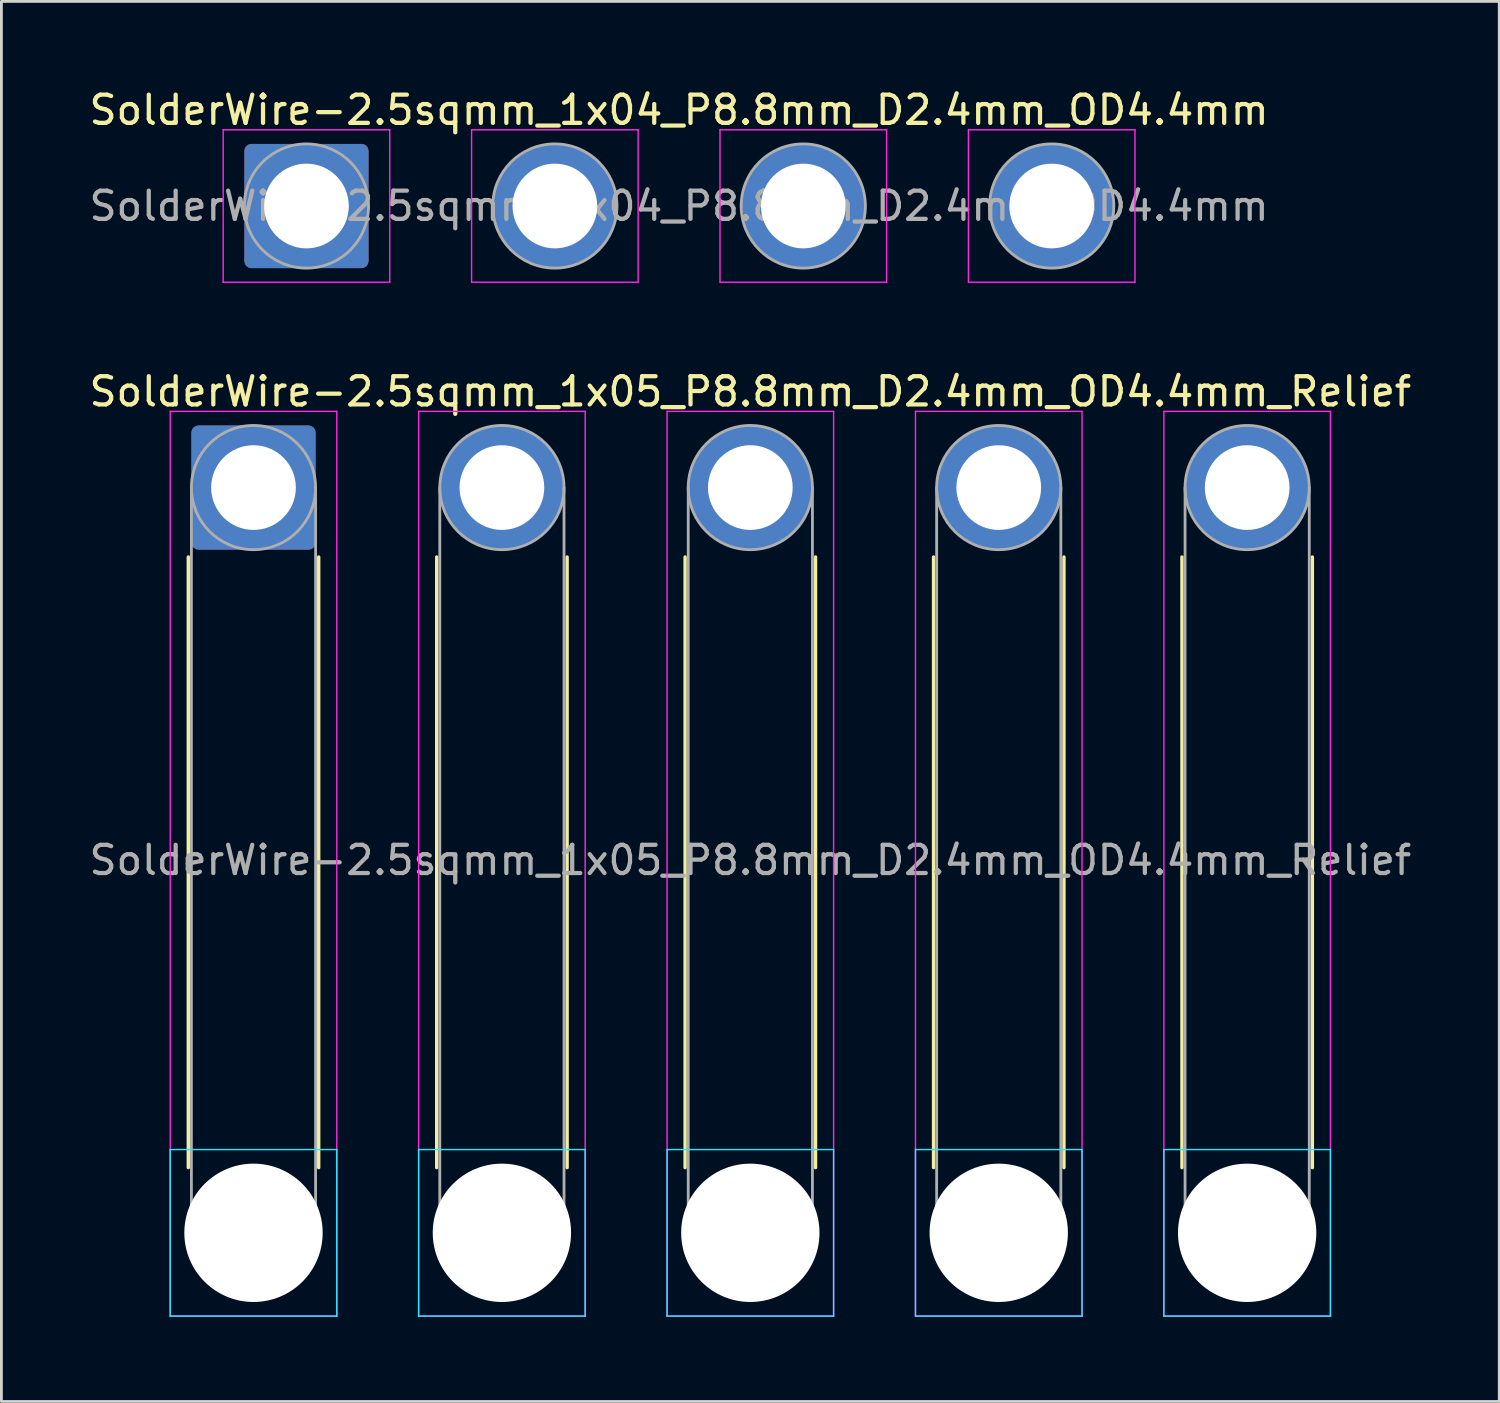
<source format=kicad_pcb>
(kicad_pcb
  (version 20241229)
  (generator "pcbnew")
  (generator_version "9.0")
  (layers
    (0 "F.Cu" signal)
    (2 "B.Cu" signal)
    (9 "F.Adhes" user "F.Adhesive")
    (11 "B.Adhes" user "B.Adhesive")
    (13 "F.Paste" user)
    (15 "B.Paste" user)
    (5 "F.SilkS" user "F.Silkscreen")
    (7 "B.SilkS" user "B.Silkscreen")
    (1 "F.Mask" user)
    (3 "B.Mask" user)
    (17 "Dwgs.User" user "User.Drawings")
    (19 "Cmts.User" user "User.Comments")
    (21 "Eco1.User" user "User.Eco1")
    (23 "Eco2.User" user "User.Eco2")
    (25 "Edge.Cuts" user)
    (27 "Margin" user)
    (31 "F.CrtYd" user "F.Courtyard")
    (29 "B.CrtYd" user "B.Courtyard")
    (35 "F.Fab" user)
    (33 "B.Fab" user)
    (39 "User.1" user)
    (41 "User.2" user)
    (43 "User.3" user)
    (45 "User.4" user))
  (footprint "SolderWire-2.5sqmm_1x04_P8.8mm_D2.4mm_OD4.4mm"
    (layer "F.Cu")
    (at 7.806 4.248)
    (property "Reference" "SolderWire-2.5sqmm_1x04_P8.8mm_D2.4mm_OD4.4mm" (at 13.2 -3.4 0) (layer "F.SilkS") (effects (font (size 1 1) (thickness 0.15))))
    (attr exclude_from_pos_files exclude_from_bom)
    (fp_line (start -2.95 -2.7) (end -2.95 2.7) (stroke (width 0.05) (type solid)) (layer "F.CrtYd"))
    (fp_line (start -2.95 2.7) (end 2.95 2.7) (stroke (width 0.05) (type solid)) (layer "F.CrtYd"))
    (fp_line (start 2.95 -2.7) (end -2.95 -2.7) (stroke (width 0.05) (type solid)) (layer "F.CrtYd"))
    (fp_line (start 2.95 2.7) (end 2.95 -2.7) (stroke (width 0.05) (type solid)) (layer "F.CrtYd"))
    (fp_line (start 5.85 -2.7) (end 5.85 2.7) (stroke (width 0.05) (type solid)) (layer "F.CrtYd"))
    (fp_line (start 5.85 2.7) (end 11.75 2.7) (stroke (width 0.05) (type solid)) (layer "F.CrtYd"))
    (fp_line (start 11.75 -2.7) (end 5.85 -2.7) (stroke (width 0.05) (type solid)) (layer "F.CrtYd"))
    (fp_line (start 11.75 2.7) (end 11.75 -2.7) (stroke (width 0.05) (type solid)) (layer "F.CrtYd"))
    (fp_line (start 14.65 -2.7) (end 14.65 2.7) (stroke (width 0.05) (type solid)) (layer "F.CrtYd"))
    (fp_line (start 14.65 2.7) (end 20.55 2.7) (stroke (width 0.05) (type solid)) (layer "F.CrtYd"))
    (fp_line (start 20.55 -2.7) (end 14.65 -2.7) (stroke (width 0.05) (type solid)) (layer "F.CrtYd"))
    (fp_line (start 20.55 2.7) (end 20.55 -2.7) (stroke (width 0.05) (type solid)) (layer "F.CrtYd"))
    (fp_line (start 23.45 -2.7) (end 23.45 2.7) (stroke (width 0.05) (type solid)) (layer "F.CrtYd"))
    (fp_line (start 23.45 2.7) (end 29.35 2.7) (stroke (width 0.05) (type solid)) (layer "F.CrtYd"))
    (fp_line (start 29.35 -2.7) (end 23.45 -2.7) (stroke (width 0.05) (type solid)) (layer "F.CrtYd"))
    (fp_line (start 29.35 2.7) (end 29.35 -2.7) (stroke (width 0.05) (type solid)) (layer "F.CrtYd"))
    (fp_circle (center 0 0) (end 2.2 0) (stroke (width 0.1) (type solid)) (fill no) (layer "F.Fab"))
    (fp_circle (center 8.8 0) (end 11 0) (stroke (width 0.1) (type solid)) (fill no) (layer "F.Fab"))
    (fp_circle (center 17.6 0) (end 19.8 0) (stroke (width 0.1) (type solid)) (fill no) (layer "F.Fab"))
    (fp_circle (center 26.4 0) (end 28.6 0) (stroke (width 0.1) (type solid)) (fill no) (layer "F.Fab"))
    (fp_text user "${REFERENCE}" (at 13.2 0 0) (layer "F.Fab") (effects (font (size 1 1) (thickness 0.15))))
    (pad "1" thru_hole roundrect (at 0 0) (size 4.4 4.4) (drill 3) (layers "*.Cu" "*.Mask") (roundrect_rratio 0.057))
    (pad "2" thru_hole circle (at 8.8 0) (size 4.4 4.4) (drill 3) (layers "*.Cu" "*.Mask"))
    (pad "3" thru_hole circle (at 17.6 0) (size 4.4 4.4) (drill 3) (layers "*.Cu" "*.Mask"))
    (pad "4" thru_hole circle (at 26.4 0) (size 4.4 4.4) (drill 3) (layers "*.Cu" "*.Mask")))
  (footprint "SolderWire-2.5sqmm_1x05_P8.8mm_D2.4mm_OD4.4mm_Relief"
    (layer "F.Cu")
    (at 5.93 14.222)
    (property "Reference" "SolderWire-2.5sqmm_1x05_P8.8mm_D2.4mm_OD4.4mm_Relief" (at 17.6 -3.4 0) (layer "F.SilkS") (effects (font (size 1 1) (thickness 0.15))))
    (attr exclude_from_pos_files exclude_from_bom)
    (fp_line (start -2.31 2.46) (end -2.31 24.09) (stroke (width 0.12) (type solid)) (layer "F.SilkS"))
    (fp_line (start 2.31 2.46) (end 2.31 24.09) (stroke (width 0.12) (type solid)) (layer "F.SilkS"))
    (fp_line (start 6.49 2.46) (end 6.49 24.09) (stroke (width 0.12) (type solid)) (layer "F.SilkS"))
    (fp_line (start 11.11 2.46) (end 11.11 24.09) (stroke (width 0.12) (type solid)) (layer "F.SilkS"))
    (fp_line (start 15.29 2.46) (end 15.29 24.09) (stroke (width 0.12) (type solid)) (layer "F.SilkS"))
    (fp_line (start 19.91 2.46) (end 19.91 24.09) (stroke (width 0.12) (type solid)) (layer "F.SilkS"))
    (fp_line (start 24.09 2.46) (end 24.09 24.09) (stroke (width 0.12) (type solid)) (layer "F.SilkS"))
    (fp_line (start 28.71 2.46) (end 28.71 24.09) (stroke (width 0.12) (type solid)) (layer "F.SilkS"))
    (fp_line (start 32.89 2.46) (end 32.89 24.09) (stroke (width 0.12) (type solid)) (layer "F.SilkS"))
    (fp_line (start 37.51 2.46) (end 37.51 24.09) (stroke (width 0.12) (type solid)) (layer "F.SilkS"))
    (fp_line (start -2.95 23.45) (end -2.95 29.35) (stroke (width 0.05) (type solid)) (layer "B.CrtYd"))
    (fp_line (start -2.95 29.35) (end 2.95 29.35) (stroke (width 0.05) (type solid)) (layer "B.CrtYd"))
    (fp_line (start 2.95 23.45) (end -2.95 23.45) (stroke (width 0.05) (type solid)) (layer "B.CrtYd"))
    (fp_line (start 2.95 29.35) (end 2.95 23.45) (stroke (width 0.05) (type solid)) (layer "B.CrtYd"))
    (fp_line (start 5.85 23.45) (end 5.85 29.35) (stroke (width 0.05) (type solid)) (layer "B.CrtYd"))
    (fp_line (start 5.85 29.35) (end 11.75 29.35) (stroke (width 0.05) (type solid)) (layer "B.CrtYd"))
    (fp_line (start 11.75 23.45) (end 5.85 23.45) (stroke (width 0.05) (type solid)) (layer "B.CrtYd"))
    (fp_line (start 11.75 29.35) (end 11.75 23.45) (stroke (width 0.05) (type solid)) (layer "B.CrtYd"))
    (fp_line (start 14.65 23.45) (end 14.65 29.35) (stroke (width 0.05) (type solid)) (layer "B.CrtYd"))
    (fp_line (start 14.65 29.35) (end 20.55 29.35) (stroke (width 0.05) (type solid)) (layer "B.CrtYd"))
    (fp_line (start 20.55 23.45) (end 14.65 23.45) (stroke (width 0.05) (type solid)) (layer "B.CrtYd"))
    (fp_line (start 20.55 29.35) (end 20.55 23.45) (stroke (width 0.05) (type solid)) (layer "B.CrtYd"))
    (fp_line (start 23.45 23.45) (end 23.45 29.35) (stroke (width 0.05) (type solid)) (layer "B.CrtYd"))
    (fp_line (start 23.45 29.35) (end 29.35 29.35) (stroke (width 0.05) (type solid)) (layer "B.CrtYd"))
    (fp_line (start 29.35 23.45) (end 23.45 23.45) (stroke (width 0.05) (type solid)) (layer "B.CrtYd"))
    (fp_line (start 29.35 29.35) (end 29.35 23.45) (stroke (width 0.05) (type solid)) (layer "B.CrtYd"))
    (fp_line (start 32.25 23.45) (end 32.25 29.35) (stroke (width 0.05) (type solid)) (layer "B.CrtYd"))
    (fp_line (start 32.25 29.35) (end 38.15 29.35) (stroke (width 0.05) (type solid)) (layer "B.CrtYd"))
    (fp_line (start 38.15 23.45) (end 32.25 23.45) (stroke (width 0.05) (type solid)) (layer "B.CrtYd"))
    (fp_line (start 38.15 29.35) (end 38.15 23.45) (stroke (width 0.05) (type solid)) (layer "B.CrtYd"))
    (fp_line (start -2.95 -2.7) (end -2.95 29.35) (stroke (width 0.05) (type solid)) (layer "F.CrtYd"))
    (fp_line (start -2.95 29.35) (end 2.95 29.35) (stroke (width 0.05) (type solid)) (layer "F.CrtYd"))
    (fp_line (start 2.95 -2.7) (end -2.95 -2.7) (stroke (width 0.05) (type solid)) (layer "F.CrtYd"))
    (fp_line (start 2.95 29.35) (end 2.95 -2.7) (stroke (width 0.05) (type solid)) (layer "F.CrtYd"))
    (fp_line (start 5.85 -2.7) (end 5.85 29.35) (stroke (width 0.05) (type solid)) (layer "F.CrtYd"))
    (fp_line (start 5.85 29.35) (end 11.75 29.35) (stroke (width 0.05) (type solid)) (layer "F.CrtYd"))
    (fp_line (start 11.75 -2.7) (end 5.85 -2.7) (stroke (width 0.05) (type solid)) (layer "F.CrtYd"))
    (fp_line (start 11.75 29.35) (end 11.75 -2.7) (stroke (width 0.05) (type solid)) (layer "F.CrtYd"))
    (fp_line (start 14.65 -2.7) (end 14.65 29.35) (stroke (width 0.05) (type solid)) (layer "F.CrtYd"))
    (fp_line (start 14.65 29.35) (end 20.55 29.35) (stroke (width 0.05) (type solid)) (layer "F.CrtYd"))
    (fp_line (start 20.55 -2.7) (end 14.65 -2.7) (stroke (width 0.05) (type solid)) (layer "F.CrtYd"))
    (fp_line (start 20.55 29.35) (end 20.55 -2.7) (stroke (width 0.05) (type solid)) (layer "F.CrtYd"))
    (fp_line (start 23.45 -2.7) (end 23.45 29.35) (stroke (width 0.05) (type solid)) (layer "F.CrtYd"))
    (fp_line (start 23.45 29.35) (end 29.35 29.35) (stroke (width 0.05) (type solid)) (layer "F.CrtYd"))
    (fp_line (start 29.35 -2.7) (end 23.45 -2.7) (stroke (width 0.05) (type solid)) (layer "F.CrtYd"))
    (fp_line (start 29.35 29.35) (end 29.35 -2.7) (stroke (width 0.05) (type solid)) (layer "F.CrtYd"))
    (fp_line (start 32.25 -2.7) (end 32.25 29.35) (stroke (width 0.05) (type solid)) (layer "F.CrtYd"))
    (fp_line (start 32.25 29.35) (end 38.15 29.35) (stroke (width 0.05) (type solid)) (layer "F.CrtYd"))
    (fp_line (start 38.15 -2.7) (end 32.25 -2.7) (stroke (width 0.05) (type solid)) (layer "F.CrtYd"))
    (fp_line (start 38.15 29.35) (end 38.15 -2.7) (stroke (width 0.05) (type solid)) (layer "F.CrtYd"))
    (fp_line (start -2.2 0) (end -2.2 26.4) (stroke (width 0.1) (type solid)) (layer "F.Fab"))
    (fp_line (start 2.2 0) (end 2.2 26.4) (stroke (width 0.1) (type solid)) (layer "F.Fab"))
    (fp_line (start 6.6 0) (end 6.6 26.4) (stroke (width 0.1) (type solid)) (layer "F.Fab"))
    (fp_line (start 11 0) (end 11 26.4) (stroke (width 0.1) (type solid)) (layer "F.Fab"))
    (fp_line (start 15.4 0) (end 15.4 26.4) (stroke (width 0.1) (type solid)) (layer "F.Fab"))
    (fp_line (start 19.8 0) (end 19.8 26.4) (stroke (width 0.1) (type solid)) (layer "F.Fab"))
    (fp_line (start 24.2 0) (end 24.2 26.4) (stroke (width 0.1) (type solid)) (layer "F.Fab"))
    (fp_line (start 28.6 0) (end 28.6 26.4) (stroke (width 0.1) (type solid)) (layer "F.Fab"))
    (fp_line (start 33 0) (end 33 26.4) (stroke (width 0.1) (type solid)) (layer "F.Fab"))
    (fp_line (start 37.4 0) (end 37.4 26.4) (stroke (width 0.1) (type solid)) (layer "F.Fab"))
    (fp_circle (center 0 0) (end 2.2 0) (stroke (width 0.1) (type solid)) (fill no) (layer "F.Fab"))
    (fp_circle (center 0 26.4) (end 2.2 26.4) (stroke (width 0.1) (type solid)) (fill no) (layer "F.Fab"))
    (fp_circle (center 8.8 0) (end 11 0) (stroke (width 0.1) (type solid)) (fill no) (layer "F.Fab"))
    (fp_circle (center 8.8 26.4) (end 11 26.4) (stroke (width 0.1) (type solid)) (fill no) (layer "F.Fab"))
    (fp_circle (center 17.6 0) (end 19.8 0) (stroke (width 0.1) (type solid)) (fill no) (layer "F.Fab"))
    (fp_circle (center 17.6 26.4) (end 19.8 26.4) (stroke (width 0.1) (type solid)) (fill no) (layer "F.Fab"))
    (fp_circle (center 26.4 0) (end 28.6 0) (stroke (width 0.1) (type solid)) (fill no) (layer "F.Fab"))
    (fp_circle (center 26.4 26.4) (end 28.6 26.4) (stroke (width 0.1) (type solid)) (fill no) (layer "F.Fab"))
    (fp_circle (center 35.2 0) (end 37.4 0) (stroke (width 0.1) (type solid)) (fill no) (layer "F.Fab"))
    (fp_circle (center 35.2 26.4) (end 37.4 26.4) (stroke (width 0.1) (type solid)) (fill no) (layer "F.Fab"))
    (fp_text user "${REFERENCE}" (at 17.6 13.2 0) (layer "F.Fab") (effects (font (size 1 1) (thickness 0.15))))
    (pad "" np_thru_hole circle (at 0 26.4) (size 4.9 4.9) (drill 4.9) (layers "*.Cu" "*.Mask"))
    (pad "" np_thru_hole circle (at 8.8 26.4) (size 4.9 4.9) (drill 4.9) (layers "*.Cu" "*.Mask"))
    (pad "" np_thru_hole circle (at 17.6 26.4) (size 4.9 4.9) (drill 4.9) (layers "*.Cu" "*.Mask"))
    (pad "" np_thru_hole circle (at 26.4 26.4) (size 4.9 4.9) (drill 4.9) (layers "*.Cu" "*.Mask"))
    (pad "" np_thru_hole circle (at 35.2 26.4) (size 4.9 4.9) (drill 4.9) (layers "*.Cu" "*.Mask"))
    (pad "1" thru_hole roundrect (at 0 0) (size 4.4 4.4) (drill 3) (layers "*.Cu" "*.Mask") (roundrect_rratio 0.057))
    (pad "2" thru_hole circle (at 8.8 0) (size 4.4 4.4) (drill 3) (layers "*.Cu" "*.Mask"))
    (pad "3" thru_hole circle (at 17.6 0) (size 4.4 4.4) (drill 3) (layers "*.Cu" "*.Mask"))
    (pad "4" thru_hole circle (at 26.4 0) (size 4.4 4.4) (drill 3) (layers "*.Cu" "*.Mask"))
    (pad "5" thru_hole circle (at 35.2 0) (size 4.4 4.4) (drill 3) (layers "*.Cu" "*.Mask")))
  (gr_rect
    (start -3 -3)
    (end 50.06 46.596)
    (stroke (width 0.1) (type default))
    (fill no)
    (layer "Edge.Cuts")))
</source>
